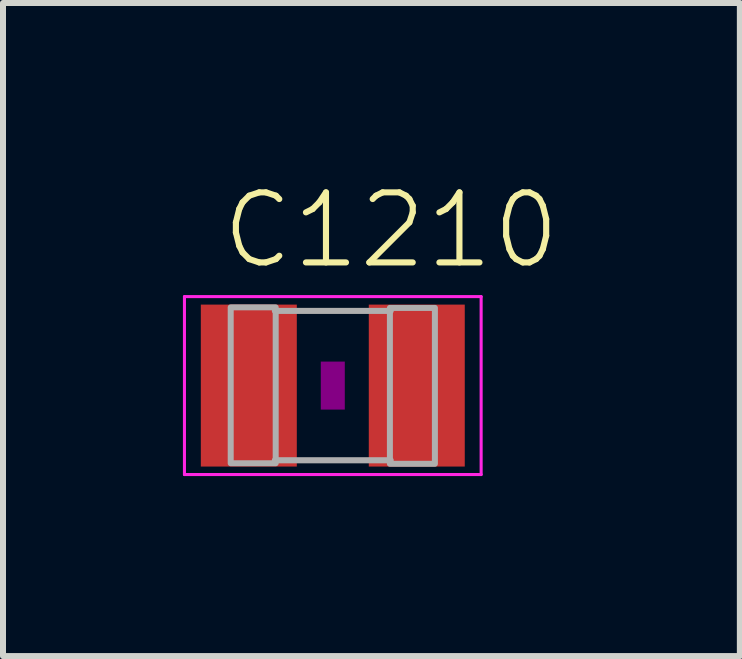
<source format=kicad_pcb>
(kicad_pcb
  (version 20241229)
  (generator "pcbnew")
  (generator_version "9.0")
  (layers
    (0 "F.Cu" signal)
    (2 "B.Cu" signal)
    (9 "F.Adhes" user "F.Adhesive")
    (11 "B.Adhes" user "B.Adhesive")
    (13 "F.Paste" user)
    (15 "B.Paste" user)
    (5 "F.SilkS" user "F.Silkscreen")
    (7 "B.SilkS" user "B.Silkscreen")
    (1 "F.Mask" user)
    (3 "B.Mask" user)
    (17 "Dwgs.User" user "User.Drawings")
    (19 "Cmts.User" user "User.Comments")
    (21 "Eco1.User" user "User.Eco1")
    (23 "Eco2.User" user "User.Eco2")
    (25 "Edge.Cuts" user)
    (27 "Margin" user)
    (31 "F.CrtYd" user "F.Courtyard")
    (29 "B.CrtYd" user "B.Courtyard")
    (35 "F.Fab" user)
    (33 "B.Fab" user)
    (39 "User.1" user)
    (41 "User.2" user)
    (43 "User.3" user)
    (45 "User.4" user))
  (footprint "C1210"
    (layer "F.Cu")
    (at 2.498 3.378)
    (property "Reference" "C1210" (at -1.905 -1.905 0) (layer "F.SilkS") (effects (font (size 1.168 1.168) (thickness 0.102)) (justify left bottom)))
    (fp_poly (pts (xy -0.2 0.4) (xy 0.2 0.4) (xy 0.2 -0.4) (xy -0.2 -0.4)) (stroke (width 0) (type solid)) (fill yes) (layer "F.Adhes"))
    (fp_line (start -2.473 -1.483) (end 2.473 -1.483) (stroke (width 0.051) (type solid)) (layer "F.CrtYd"))
    (fp_line (start -2.473 1.483) (end -2.473 -1.483) (stroke (width 0.051) (type solid)) (layer "F.CrtYd"))
    (fp_line (start 2.473 -1.483) (end 2.473 1.483) (stroke (width 0.051) (type solid)) (layer "F.CrtYd"))
    (fp_line (start 2.473 1.483) (end -2.473 1.483) (stroke (width 0.051) (type solid)) (layer "F.CrtYd"))
    (fp_line (start -0.965 -1.245) (end 0.965 -1.245) (stroke (width 0.102) (type solid)) (layer "F.Fab"))
    (fp_line (start -0.965 1.245) (end 0.965 1.245) (stroke (width 0.102) (type solid)) (layer "F.Fab"))
    (fp_poly (pts (xy -1.702 1.295) (xy -0.952 1.295) (xy -0.952 -1.304) (xy -1.702 -1.304)) (stroke (width 0.1) (type solid)) (fill no) (layer "F.Fab"))
    (fp_poly (pts (xy 0.952 1.304) (xy 1.702 1.304) (xy 1.702 -1.295) (xy 0.952 -1.295)) (stroke (width 0.1) (type solid)) (fill no) (layer "F.Fab"))
    (pad "1" smd rect (at -1.4 0) (size 1.6 2.7) (layers "F.Cu" "F.Mask" "F.Paste"))
    (pad "2" smd rect (at 1.4 0) (size 1.6 2.7) (layers "F.Cu" "F.Mask" "F.Paste")))
  (gr_rect
    (start -3 -3)
    (end 9.284 7.887)
    (stroke (width 0.1) (type default))
    (fill no)
    (layer "Edge.Cuts")))
</source>
